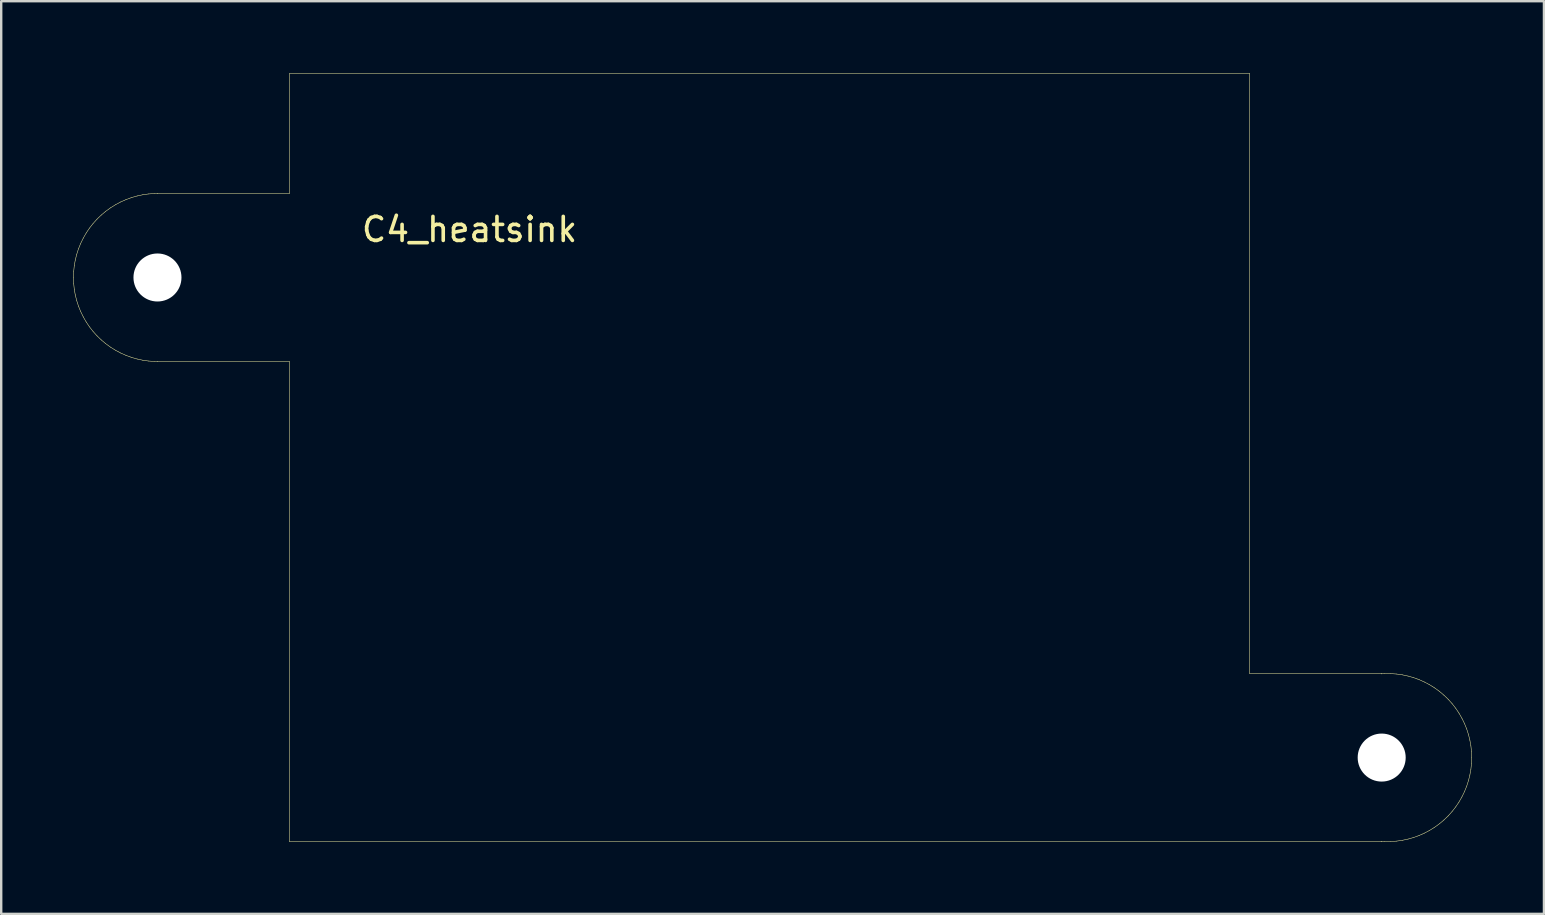
<source format=kicad_pcb>
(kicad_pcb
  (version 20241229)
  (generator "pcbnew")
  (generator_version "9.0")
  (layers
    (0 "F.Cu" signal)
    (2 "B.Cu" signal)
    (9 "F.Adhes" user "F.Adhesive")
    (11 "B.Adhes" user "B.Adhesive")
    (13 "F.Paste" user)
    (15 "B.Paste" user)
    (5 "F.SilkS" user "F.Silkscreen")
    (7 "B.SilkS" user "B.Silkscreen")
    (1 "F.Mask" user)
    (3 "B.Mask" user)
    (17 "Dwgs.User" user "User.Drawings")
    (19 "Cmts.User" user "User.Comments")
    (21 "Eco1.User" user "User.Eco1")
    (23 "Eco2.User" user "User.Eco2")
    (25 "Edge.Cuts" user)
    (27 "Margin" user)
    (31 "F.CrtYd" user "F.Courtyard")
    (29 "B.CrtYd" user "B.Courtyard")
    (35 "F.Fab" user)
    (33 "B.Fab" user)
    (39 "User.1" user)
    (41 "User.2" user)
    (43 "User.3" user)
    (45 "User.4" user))
  (footprint "C4_heatsink"
    (layer "F.Cu")
    (at 3.51 8.51)
    (property "Reference" "C4_heatsink" (at 13 -2 0) (unlocked yes) (layer "F.SilkS") (effects (font (size 1 1) (thickness 0.15))))
    (attr smd)
    (fp_line (start -3.5 0) (end -3.491 0.244) (stroke (width 0.02) (type solid)) (layer "F.SilkS"))
    (fp_line (start -3.491 -0.244) (end -3.5 0) (stroke (width 0.02) (type solid)) (layer "F.SilkS"))
    (fp_line (start -3.491 0.244) (end -3.466 0.487) (stroke (width 0.02) (type solid)) (layer "F.SilkS"))
    (fp_line (start -3.466 -0.487) (end -3.491 -0.244) (stroke (width 0.02) (type solid)) (layer "F.SilkS"))
    (fp_line (start -3.466 0.487) (end -3.424 0.728) (stroke (width 0.02) (type solid)) (layer "F.SilkS"))
    (fp_line (start -3.424 -0.728) (end -3.466 -0.487) (stroke (width 0.02) (type solid)) (layer "F.SilkS"))
    (fp_line (start -3.424 0.728) (end -3.364 0.965) (stroke (width 0.02) (type solid)) (layer "F.SilkS"))
    (fp_line (start -3.364 -0.965) (end -3.424 -0.728) (stroke (width 0.02) (type solid)) (layer "F.SilkS"))
    (fp_line (start -3.364 0.965) (end -3.289 1.197) (stroke (width 0.02) (type solid)) (layer "F.SilkS"))
    (fp_line (start -3.289 -1.197) (end -3.364 -0.965) (stroke (width 0.02) (type solid)) (layer "F.SilkS"))
    (fp_line (start -3.289 1.197) (end -3.197 1.424) (stroke (width 0.02) (type solid)) (layer "F.SilkS"))
    (fp_line (start -3.197 -1.424) (end -3.289 -1.197) (stroke (width 0.02) (type solid)) (layer "F.SilkS"))
    (fp_line (start -3.197 1.424) (end -3.09 1.643) (stroke (width 0.02) (type solid)) (layer "F.SilkS"))
    (fp_line (start -3.09 -1.643) (end -3.197 -1.424) (stroke (width 0.02) (type solid)) (layer "F.SilkS"))
    (fp_line (start -3.09 1.643) (end -2.968 1.855) (stroke (width 0.02) (type solid)) (layer "F.SilkS"))
    (fp_line (start -2.968 -1.855) (end -3.09 -1.643) (stroke (width 0.02) (type solid)) (layer "F.SilkS"))
    (fp_line (start -2.968 1.855) (end -2.832 2.057) (stroke (width 0.02) (type solid)) (layer "F.SilkS"))
    (fp_line (start -2.832 -2.057) (end -2.968 -1.855) (stroke (width 0.02) (type solid)) (layer "F.SilkS"))
    (fp_line (start -2.832 2.057) (end -2.681 2.25) (stroke (width 0.02) (type solid)) (layer "F.SilkS"))
    (fp_line (start -2.681 -2.25) (end -2.832 -2.057) (stroke (width 0.02) (type solid)) (layer "F.SilkS"))
    (fp_line (start -2.681 2.25) (end -2.518 2.431) (stroke (width 0.02) (type solid)) (layer "F.SilkS"))
    (fp_line (start -2.518 -2.431) (end -2.681 -2.25) (stroke (width 0.02) (type solid)) (layer "F.SilkS"))
    (fp_line (start -2.518 2.431) (end -2.342 2.601) (stroke (width 0.02) (type solid)) (layer "F.SilkS"))
    (fp_line (start -2.342 -2.601) (end -2.518 -2.431) (stroke (width 0.02) (type solid)) (layer "F.SilkS"))
    (fp_line (start -2.342 2.601) (end -2.155 2.758) (stroke (width 0.02) (type solid)) (layer "F.SilkS"))
    (fp_line (start -2.155 -2.758) (end -2.342 -2.601) (stroke (width 0.02) (type solid)) (layer "F.SilkS"))
    (fp_line (start -2.155 2.758) (end -1.957 2.902) (stroke (width 0.02) (type solid)) (layer "F.SilkS"))
    (fp_line (start -1.957 -2.902) (end -2.155 -2.758) (stroke (width 0.02) (type solid)) (layer "F.SilkS"))
    (fp_line (start -1.957 2.902) (end -1.75 3.031) (stroke (width 0.02) (type solid)) (layer "F.SilkS"))
    (fp_line (start -1.75 -3.031) (end -1.957 -2.902) (stroke (width 0.02) (type solid)) (layer "F.SilkS"))
    (fp_line (start -1.75 3.031) (end -1.534 3.146) (stroke (width 0.02) (type solid)) (layer "F.SilkS"))
    (fp_line (start -1.534 -3.146) (end -1.75 -3.031) (stroke (width 0.02) (type solid)) (layer "F.SilkS"))
    (fp_line (start -1.534 3.146) (end -1.311 3.245) (stroke (width 0.02) (type solid)) (layer "F.SilkS"))
    (fp_line (start -1.311 -3.245) (end -1.534 -3.146) (stroke (width 0.02) (type solid)) (layer "F.SilkS"))
    (fp_line (start -1.311 3.245) (end -1.082 3.329) (stroke (width 0.02) (type solid)) (layer "F.SilkS"))
    (fp_line (start -1.082 -3.329) (end -1.311 -3.245) (stroke (width 0.02) (type solid)) (layer "F.SilkS"))
    (fp_line (start -1.082 3.329) (end -0.847 3.396) (stroke (width 0.02) (type solid)) (layer "F.SilkS"))
    (fp_line (start -0.847 -3.396) (end -1.082 -3.329) (stroke (width 0.02) (type solid)) (layer "F.SilkS"))
    (fp_line (start -0.847 3.396) (end -0.608 3.447) (stroke (width 0.02) (type solid)) (layer "F.SilkS"))
    (fp_line (start -0.608 -3.447) (end -0.847 -3.396) (stroke (width 0.02) (type solid)) (layer "F.SilkS"))
    (fp_line (start -0.608 3.447) (end -0.366 3.481) (stroke (width 0.02) (type solid)) (layer "F.SilkS"))
    (fp_line (start -0.366 -3.481) (end -0.608 -3.447) (stroke (width 0.02) (type solid)) (layer "F.SilkS"))
    (fp_line (start -0.366 3.481) (end -0.122 3.498) (stroke (width 0.02) (type solid)) (layer "F.SilkS"))
    (fp_line (start -0.122 -3.498) (end -0.366 -3.481) (stroke (width 0.02) (type solid)) (layer "F.SilkS"))
    (fp_line (start -0.122 3.498) (end 0.01 3.498) (stroke (width 0.02) (type solid)) (layer "F.SilkS"))
    (fp_line (start 0.01 -3.5) (end 0.01 -3.498) (stroke (width 0.02) (type solid)) (layer "F.SilkS"))
    (fp_line (start 0.01 -3.498) (end -0.122 -3.498) (stroke (width 0.02) (type solid)) (layer "F.SilkS"))
    (fp_line (start 0.01 3.498) (end 0.01 3.5) (stroke (width 0.02) (type solid)) (layer "F.SilkS"))
    (fp_line (start 0.01 3.5) (end 5.5 3.5) (stroke (width 0.02) (type solid)) (layer "F.SilkS"))
    (fp_line (start 5.5 -8.5) (end 5.5 -3.5) (stroke (width 0.02) (type solid)) (layer "F.SilkS"))
    (fp_line (start 5.5 -3.5) (end 0.01 -3.5) (stroke (width 0.02) (type solid)) (layer "F.SilkS"))
    (fp_line (start 5.5 3.5) (end 5.5 23.5) (stroke (width 0.02) (type solid)) (layer "F.SilkS"))
    (fp_line (start 5.5 23.5) (end 50.99 23.5) (stroke (width 0.02) (type solid)) (layer "F.SilkS"))
    (fp_line (start 45.5 -8.5) (end 5.5 -8.5) (stroke (width 0.02) (type solid)) (layer "F.SilkS"))
    (fp_line (start 45.5 16.5) (end 45.5 -8.5) (stroke (width 0.02) (type solid)) (layer "F.SilkS"))
    (fp_line (start 50.99 16.5) (end 45.5 16.5) (stroke (width 0.02) (type solid)) (layer "F.SilkS"))
    (fp_line (start 50.99 16.512) (end 50.99 16.5) (stroke (width 0.02) (type solid)) (layer "F.SilkS"))
    (fp_line (start 50.99 23.488) (end 51.128 23.498) (stroke (width 0.02) (type solid)) (layer "F.SilkS"))
    (fp_line (start 50.99 23.5) (end 50.99 23.488) (stroke (width 0.02) (type solid)) (layer "F.SilkS"))
    (fp_line (start 51.128 16.502) (end 50.99 16.512) (stroke (width 0.02) (type solid)) (layer "F.SilkS"))
    (fp_line (start 51.128 23.498) (end 51.372 23.498) (stroke (width 0.02) (type solid)) (layer "F.SilkS"))
    (fp_line (start 51.372 16.502) (end 51.128 16.502) (stroke (width 0.02) (type solid)) (layer "F.SilkS"))
    (fp_line (start 51.372 23.498) (end 51.616 23.481) (stroke (width 0.02) (type solid)) (layer "F.SilkS"))
    (fp_line (start 51.616 16.519) (end 51.372 16.502) (stroke (width 0.02) (type solid)) (layer "F.SilkS"))
    (fp_line (start 51.616 23.481) (end 51.858 23.447) (stroke (width 0.02) (type solid)) (layer "F.SilkS"))
    (fp_line (start 51.858 16.553) (end 51.616 16.519) (stroke (width 0.02) (type solid)) (layer "F.SilkS"))
    (fp_line (start 51.858 23.447) (end 52.097 23.396) (stroke (width 0.02) (type solid)) (layer "F.SilkS"))
    (fp_line (start 52.097 16.604) (end 51.858 16.553) (stroke (width 0.02) (type solid)) (layer "F.SilkS"))
    (fp_line (start 52.097 23.396) (end 52.332 23.329) (stroke (width 0.02) (type solid)) (layer "F.SilkS"))
    (fp_line (start 52.332 16.671) (end 52.097 16.604) (stroke (width 0.02) (type solid)) (layer "F.SilkS"))
    (fp_line (start 52.332 23.329) (end 52.561 23.245) (stroke (width 0.02) (type solid)) (layer "F.SilkS"))
    (fp_line (start 52.561 16.755) (end 52.332 16.671) (stroke (width 0.02) (type solid)) (layer "F.SilkS"))
    (fp_line (start 52.561 23.245) (end 52.784 23.146) (stroke (width 0.02) (type solid)) (layer "F.SilkS"))
    (fp_line (start 52.784 16.854) (end 52.561 16.755) (stroke (width 0.02) (type solid)) (layer "F.SilkS"))
    (fp_line (start 52.784 23.146) (end 53 23.031) (stroke (width 0.02) (type solid)) (layer "F.SilkS"))
    (fp_line (start 53 16.969) (end 52.784 16.854) (stroke (width 0.02) (type solid)) (layer "F.SilkS"))
    (fp_line (start 53 23.031) (end 53.207 22.902) (stroke (width 0.02) (type solid)) (layer "F.SilkS"))
    (fp_line (start 53.207 17.098) (end 53 16.969) (stroke (width 0.02) (type solid)) (layer "F.SilkS"))
    (fp_line (start 53.207 22.902) (end 53.405 22.758) (stroke (width 0.02) (type solid)) (layer "F.SilkS"))
    (fp_line (start 53.405 17.242) (end 53.207 17.098) (stroke (width 0.02) (type solid)) (layer "F.SilkS"))
    (fp_line (start 53.405 22.758) (end 53.592 22.601) (stroke (width 0.02) (type solid)) (layer "F.SilkS"))
    (fp_line (start 53.592 17.399) (end 53.405 17.242) (stroke (width 0.02) (type solid)) (layer "F.SilkS"))
    (fp_line (start 53.592 22.601) (end 53.768 22.431) (stroke (width 0.02) (type solid)) (layer "F.SilkS"))
    (fp_line (start 53.768 17.569) (end 53.592 17.399) (stroke (width 0.02) (type solid)) (layer "F.SilkS"))
    (fp_line (start 53.768 22.431) (end 53.931 22.25) (stroke (width 0.02) (type solid)) (layer "F.SilkS"))
    (fp_line (start 53.931 17.75) (end 53.768 17.569) (stroke (width 0.02) (type solid)) (layer "F.SilkS"))
    (fp_line (start 53.931 22.25) (end 54.082 22.057) (stroke (width 0.02) (type solid)) (layer "F.SilkS"))
    (fp_line (start 54.082 17.943) (end 53.931 17.75) (stroke (width 0.02) (type solid)) (layer "F.SilkS"))
    (fp_line (start 54.082 22.057) (end 54.218 21.855) (stroke (width 0.02) (type solid)) (layer "F.SilkS"))
    (fp_line (start 54.218 18.145) (end 54.082 17.943) (stroke (width 0.02) (type solid)) (layer "F.SilkS"))
    (fp_line (start 54.218 21.855) (end 54.34 21.643) (stroke (width 0.02) (type solid)) (layer "F.SilkS"))
    (fp_line (start 54.34 18.357) (end 54.218 18.145) (stroke (width 0.02) (type solid)) (layer "F.SilkS"))
    (fp_line (start 54.34 21.643) (end 54.447 21.424) (stroke (width 0.02) (type solid)) (layer "F.SilkS"))
    (fp_line (start 54.447 18.576) (end 54.34 18.357) (stroke (width 0.02) (type solid)) (layer "F.SilkS"))
    (fp_line (start 54.447 21.424) (end 54.539 21.197) (stroke (width 0.02) (type solid)) (layer "F.SilkS"))
    (fp_line (start 54.539 18.803) (end 54.447 18.576) (stroke (width 0.02) (type solid)) (layer "F.SilkS"))
    (fp_line (start 54.539 21.197) (end 54.614 20.965) (stroke (width 0.02) (type solid)) (layer "F.SilkS"))
    (fp_line (start 54.614 19.035) (end 54.539 18.803) (stroke (width 0.02) (type solid)) (layer "F.SilkS"))
    (fp_line (start 54.614 20.965) (end 54.673 20.728) (stroke (width 0.02) (type solid)) (layer "F.SilkS"))
    (fp_line (start 54.673 19.272) (end 54.614 19.035) (stroke (width 0.02) (type solid)) (layer "F.SilkS"))
    (fp_line (start 54.673 20.728) (end 54.716 20.487) (stroke (width 0.02) (type solid)) (layer "F.SilkS"))
    (fp_line (start 54.716 19.513) (end 54.673 19.272) (stroke (width 0.02) (type solid)) (layer "F.SilkS"))
    (fp_line (start 54.716 20.487) (end 54.742 20.244) (stroke (width 0.02) (type solid)) (layer "F.SilkS"))
    (fp_line (start 54.742 19.756) (end 54.716 19.513) (stroke (width 0.02) (type solid)) (layer "F.SilkS"))
    (fp_line (start 54.742 20.244) (end 54.75 20) (stroke (width 0.02) (type solid)) (layer "F.SilkS"))
    (fp_line (start 54.75 20) (end 54.742 19.756) (stroke (width 0.02) (type solid)) (layer "F.SilkS"))
    (pad "" np_thru_hole circle (at 0 0) (size 2 2) (drill 3) (layers "*.Cu" "*.Mask"))
    (pad "" np_thru_hole circle (at 51 20) (size 2 2) (drill 3) (layers "*.Cu" "*.Mask")))
  (gr_rect
    (start -3 -3)
    (end 61.27 35.02)
    (stroke (width 0.1) (type default))
    (fill no)
    (layer "Edge.Cuts")))
</source>
